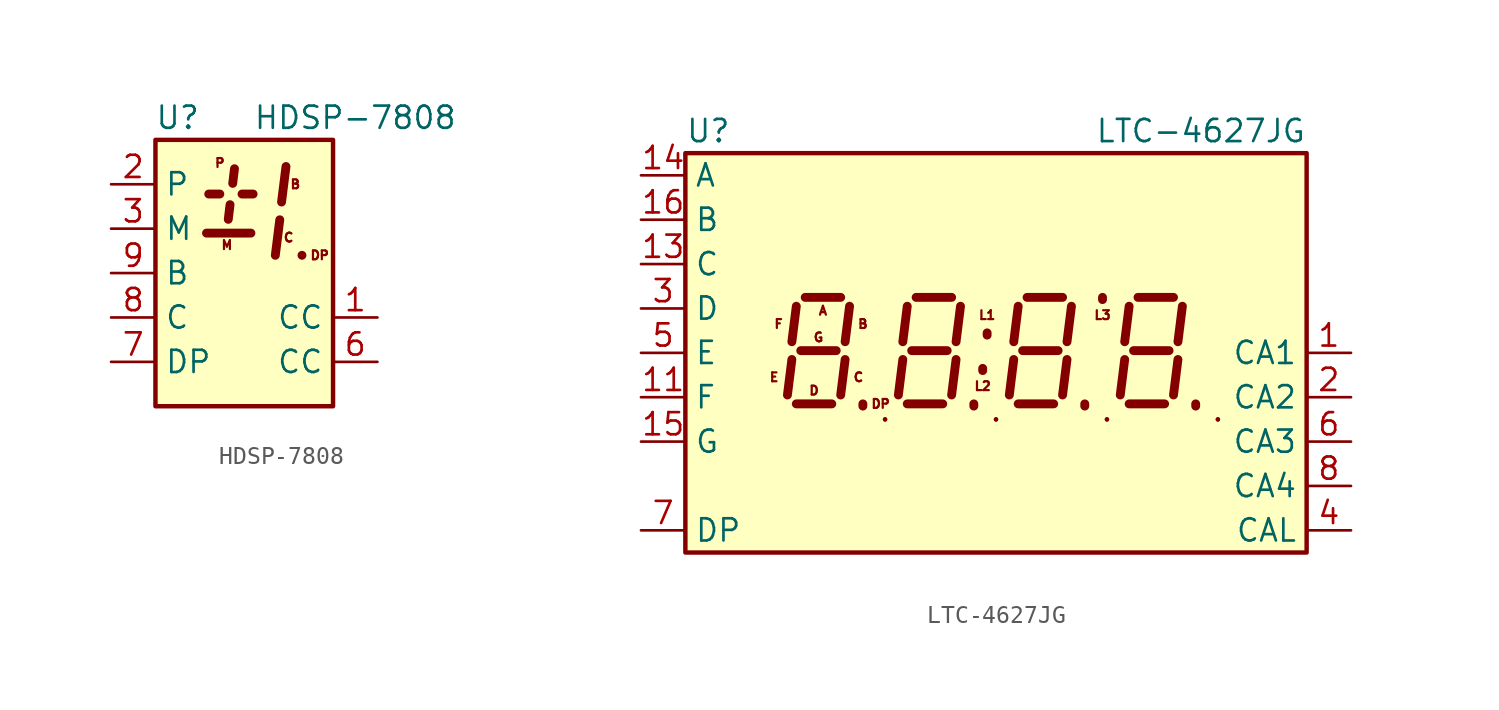
<source format=kicad_sym>
(kicad_symbol_lib
  (version 20200908)
  (generator kicad_symbol_editor)
  (symbol "Display_Character:HDSP-7808"
    (property "Reference" "U"
      (at -3.81 8.89 0)
      (effects (font (size 1.27 1.27))))
    (property "Value" "HDSP-7808"
      (at 6.35 8.89 0)
      (effects (font (size 1.27 1.27))))
    (symbol "HDSP-7808_1_0"
      (text "B" (at 2.921 5.08 0) (effects (font (size 0.508 0.508))))
      (text "C" (at 2.54 2.032 0) (effects (font (size 0.508 0.508))))
      (text "DP" (at 4.318 1.016 0) (effects (font (size 0.508 0.508))))
      (text "M" (at -0.991 1.6 0) (effects (font (size 0.508 0.508))))
      (text "P" (at -1.397 6.299 0) (effects (font (size 0.508 0.508)))))
    (symbol "HDSP-7808_1_1"
      (rectangle (start -5.08 7.62) (end 5.08 -7.62) (stroke (width 0.254)) (fill (type background)))
      (polyline (pts (xy -2.032 4.521) (xy -1.397 4.521)) (stroke (width 0.508)) (fill (type none)))
      (polyline (pts (xy -0.914 3.073) (xy -0.813 3.912)) (stroke (width 0.508)) (fill (type none)))
      (polyline (pts (xy -0.559 5.969) (xy -0.66 5.131)) (stroke (width 0.508)) (fill (type none)))
      (polyline (pts (xy -0.127 4.521) (xy 0.508 4.521)) (stroke (width 0.508)) (fill (type none)))
      (polyline (pts (xy 2.032 3.048) (xy 1.778 1.016)) (stroke (width 0.508)) (fill (type none)))
      (polyline (pts (xy 2.388 6.096) (xy 2.134 4.064)) (stroke (width 0.508)) (fill (type none)))
      (polyline (pts (xy 3.302 1.016) (xy 3.302 1.016)) (stroke (width 0.508)) (fill (type none)))
      (pin input line (at 7.62 -2.54 180) (length 2.54) (name "CC" (effects (font (size 1.27 1.27)))) (number "1" (effects (font (size 1.27 1.27)))))
      (pin unconnected line (at 0 -7.62 90) (length 2.54) hide (name "NC" (effects (font (size 1.27 1.27)))) (number "10" (effects (font (size 1.27 1.27)))))
      (pin input line (at -7.62 5.08 0) (length 2.54) (name "P" (effects (font (size 1.27 1.27)))) (number "2" (effects (font (size 1.27 1.27)))))
      (pin input line (at -7.62 2.54 0) (length 2.54) (name "M" (effects (font (size 1.27 1.27)))) (number "3" (effects (font (size 1.27 1.27)))))
      (pin unconnected line (at 5.08 5.08 180) (length 2.54) hide (name "NC" (effects (font (size 1.27 1.27)))) (number "4" (effects (font (size 1.27 1.27)))))
      (pin unconnected line (at 5.08 2.54 180) (length 2.54) hide (name "NC" (effects (font (size 1.27 1.27)))) (number "5" (effects (font (size 1.27 1.27)))))
      (pin input line (at 7.62 -5.08 180) (length 2.54) (name "CC" (effects (font (size 1.27 1.27)))) (number "6" (effects (font (size 1.27 1.27)))))
      (pin input line (at -7.62 -5.08 0) (length 2.54) (name "DP" (effects (font (size 1.27 1.27)))) (number "7" (effects (font (size 1.27 1.27)))))
      (pin input line (at -7.62 -2.54 0) (length 2.54) (name "C" (effects (font (size 1.27 1.27)))) (number "8" (effects (font (size 1.27 1.27)))))
      (pin input line (at -7.62 0 0) (length 2.54) (name "B" (effects (font (size 1.27 1.27)))) (number "9" (effects (font (size 1.27 1.27))))))
    (symbol "HDSP-7808_0_1"
      (polyline (pts (xy -2.159 2.286) (xy 0.381 2.286)) (stroke (width 0.508)) (fill (type none)))))
  (symbol "Display_Character:LTC-4627JG"
    (property "Reference" "U"
      (at -17.78 12.7 0)
      (effects (font (size 1.27 1.27)) (justify left)))
    (property "Value" "LTC-4627JG"
      (at 17.78 12.7 0)
      (effects (font (size 1.27 1.27)) (justify right)))
    (symbol "LTC-4627JG_1_0"
      (text "A" (at -9.906 2.413 0) (effects (font (size 0.508 0.508))))
      (text "B" (at -7.62 1.651 0) (effects (font (size 0.508 0.508))))
      (text "C" (at -7.874 -1.397 0) (effects (font (size 0.508 0.508))))
      (text "D" (at -10.414 -2.159 0) (effects (font (size 0.508 0.508))))
      (text "DP" (at -6.604 -2.921 0) (effects (font (size 0.508 0.508))))
      (text "E" (at -12.7 -1.397 0) (effects (font (size 0.508 0.508))))
      (text "F" (at -12.446 1.651 0) (effects (font (size 0.508 0.508))))
      (text "G" (at -10.16 0.889 0) (effects (font (size 0.508 0.508))))
      (text "L1" (at -0.508 2.159 0) (effects (font (size 0.508 0.508))))
      (text "L2" (at -0.762 -1.905 0) (effects (font (size 0.508 0.508))))
      (text "L3" (at 6.096 2.159 0) (effects (font (size 0.508 0.508)))))
    (symbol "LTC-4627JG_0_1"
      (rectangle (start -17.78 -11.43) (end 17.78 11.43) (stroke (width 0.254)) (fill (type background)))
      (rectangle (start -6.35 -3.81) (end -6.35 -3.81) (stroke (width 0.254)) (fill (type none)))
      (rectangle (start 0 -3.81) (end 0 -3.81) (stroke (width 0.254)) (fill (type none)))
      (rectangle (start 6.35 -3.81) (end 6.35 -3.81) (stroke (width 0.254)) (fill (type none)))
      (rectangle (start 12.7 -3.81) (end 12.7 -3.81) (stroke (width 0.254)) (fill (type none)))
      (polyline (pts (xy -6.35 -3.81) (xy -6.35 -3.81)) (stroke (width 0.254)) (fill (type none)))
      (polyline (pts (xy 0 -3.81) (xy 0 -3.81)) (stroke (width 0.254)) (fill (type none)))
      (polyline (pts (xy 6.35 -3.81) (xy 6.35 -3.81)) (stroke (width 0.254)) (fill (type none)))
      (polyline (pts (xy 12.7 -3.81) (xy 12.7 -3.81)) (stroke (width 0.254)) (fill (type none))))
    (symbol "LTC-4627JG_1_1"
      (polyline (pts (xy -11.684 -0.381) (xy -11.938 -2.413)) (stroke (width 0.508)) (fill (type none)))
      (polyline (pts (xy -11.43 -2.921) (xy -9.398 -2.921)) (stroke (width 0.508)) (fill (type none)))
      (polyline (pts (xy -11.43 2.667) (xy -11.684 0.635)) (stroke (width 0.508)) (fill (type none)))
      (polyline (pts (xy -11.176 0.127) (xy -9.144 0.127)) (stroke (width 0.508)) (fill (type none)))
      (polyline (pts (xy -10.922 3.175) (xy -8.89 3.175)) (stroke (width 0.508)) (fill (type none)))
      (polyline (pts (xy -8.636 -0.381) (xy -8.89 -2.413)) (stroke (width 0.508)) (fill (type none)))
      (polyline (pts (xy -8.382 2.667) (xy -8.636 0.635)) (stroke (width 0.508)) (fill (type none)))
      (polyline (pts (xy -7.62 -3.048) (xy -7.62 -2.921)) (stroke (width 0.508)) (fill (type none)))
      (polyline (pts (xy -5.334 -0.381) (xy -5.588 -2.413)) (stroke (width 0.508)) (fill (type none)))
      (polyline (pts (xy -5.08 -2.921) (xy -3.048 -2.921)) (stroke (width 0.508)) (fill (type none)))
      (polyline (pts (xy -5.08 2.667) (xy -5.334 0.635)) (stroke (width 0.508)) (fill (type none)))
      (polyline (pts (xy -4.826 0.127) (xy -2.794 0.127)) (stroke (width 0.508)) (fill (type none)))
      (polyline (pts (xy -4.572 3.175) (xy -2.54 3.175)) (stroke (width 0.508)) (fill (type none)))
      (polyline (pts (xy -2.286 -0.381) (xy -2.54 -2.413)) (stroke (width 0.508)) (fill (type none)))
      (polyline (pts (xy -2.032 2.667) (xy -2.286 0.635)) (stroke (width 0.508)) (fill (type none)))
      (polyline (pts (xy -1.27 -3.048) (xy -1.27 -2.921)) (stroke (width 0.508)) (fill (type none)))
      (polyline (pts (xy -0.762 -1.016) (xy -0.762 -0.889)) (stroke (width 0.508)) (fill (type none)))
      (polyline (pts (xy -0.508 1.016) (xy -0.508 1.143)) (stroke (width 0.508)) (fill (type none)))
      (polyline (pts (xy 1.016 -0.381) (xy 0.762 -2.413)) (stroke (width 0.508)) (fill (type none)))
      (polyline (pts (xy 1.27 -2.921) (xy 3.302 -2.921)) (stroke (width 0.508)) (fill (type none)))
      (polyline (pts (xy 1.27 2.667) (xy 1.016 0.635)) (stroke (width 0.508)) (fill (type none)))
      (polyline (pts (xy 1.524 0.127) (xy 3.556 0.127)) (stroke (width 0.508)) (fill (type none)))
      (polyline (pts (xy 1.778 3.175) (xy 3.81 3.175)) (stroke (width 0.508)) (fill (type none)))
      (polyline (pts (xy 4.064 -0.381) (xy 3.81 -2.413)) (stroke (width 0.508)) (fill (type none)))
      (polyline (pts (xy 4.318 2.667) (xy 4.064 0.635)) (stroke (width 0.508)) (fill (type none)))
      (polyline (pts (xy 5.08 -3.048) (xy 5.08 -2.921)) (stroke (width 0.508)) (fill (type none)))
      (polyline (pts (xy 6.096 3.048) (xy 6.096 3.175)) (stroke (width 0.508)) (fill (type none)))
      (polyline (pts (xy 7.366 -0.381) (xy 7.112 -2.413)) (stroke (width 0.508)) (fill (type none)))
      (polyline (pts (xy 7.62 -2.921) (xy 9.652 -2.921)) (stroke (width 0.508)) (fill (type none)))
      (polyline (pts (xy 7.62 2.667) (xy 7.366 0.635)) (stroke (width 0.508)) (fill (type none)))
      (polyline (pts (xy 7.874 0.127) (xy 9.906 0.127)) (stroke (width 0.508)) (fill (type none)))
      (polyline (pts (xy 8.128 3.175) (xy 10.16 3.175)) (stroke (width 0.508)) (fill (type none)))
      (polyline (pts (xy 10.414 -0.381) (xy 10.16 -2.413)) (stroke (width 0.508)) (fill (type none)))
      (polyline (pts (xy 10.668 2.667) (xy 10.414 0.635)) (stroke (width 0.508)) (fill (type none)))
      (polyline (pts (xy 11.43 -3.048) (xy 11.43 -2.921)) (stroke (width 0.508)) (fill (type none)))
      (pin input line (at 20.32 0 180) (length 2.54) (name "CA1" (effects (font (size 1.27 1.27)))) (number "1" (effects (font (size 1.27 1.27)))))
      (pin input line (at -20.32 -2.54 0) (length 2.54) (name "F" (effects (font (size 1.27 1.27)))) (number "11" (effects (font (size 1.27 1.27)))))
      (pin input line (at -20.32 5.08 0) (length 2.54) (name "C" (effects (font (size 1.27 1.27)))) (number "13" (effects (font (size 1.27 1.27)))))
      (pin input line (at -20.32 10.16 0) (length 2.54) (name "A" (effects (font (size 1.27 1.27)))) (number "14" (effects (font (size 1.27 1.27)))))
      (pin input line (at -20.32 -5.08 0) (length 2.54) (name "G" (effects (font (size 1.27 1.27)))) (number "15" (effects (font (size 1.27 1.27)))))
      (pin input line (at -20.32 7.62 0) (length 2.54) (name "B" (effects (font (size 1.27 1.27)))) (number "16" (effects (font (size 1.27 1.27)))))
      (pin input line (at 20.32 -2.54 180) (length 2.54) (name "CA2" (effects (font (size 1.27 1.27)))) (number "2" (effects (font (size 1.27 1.27)))))
      (pin input line (at -20.32 2.54 0) (length 2.54) (name "D" (effects (font (size 1.27 1.27)))) (number "3" (effects (font (size 1.27 1.27)))))
      (pin input line (at 20.32 -10.16 180) (length 2.54) (name "CAL" (effects (font (size 1.27 1.27)))) (number "4" (effects (font (size 1.27 1.27)))))
      (pin input line (at -20.32 0 0) (length 2.54) (name "E" (effects (font (size 1.27 1.27)))) (number "5" (effects (font (size 1.27 1.27)))))
      (pin input line (at 20.32 -5.08 180) (length 2.54) (name "CA3" (effects (font (size 1.27 1.27)))) (number "6" (effects (font (size 1.27 1.27)))))
      (pin input line (at -20.32 -10.16 0) (length 2.54) (name "DP" (effects (font (size 1.27 1.27)))) (number "7" (effects (font (size 1.27 1.27)))))
      (pin input line (at 20.32 -7.62 180) (length 2.54) (name "CA4" (effects (font (size 1.27 1.27)))) (number "8" (effects (font (size 1.27 1.27)))))
      (pin unconnected line (at 17.78 7.62 180) (length 2.54) hide (name "NC" (effects (font (size 1.27 1.27)))) (number "9" (effects (font (size 1.27 1.27))))))))
</source>
